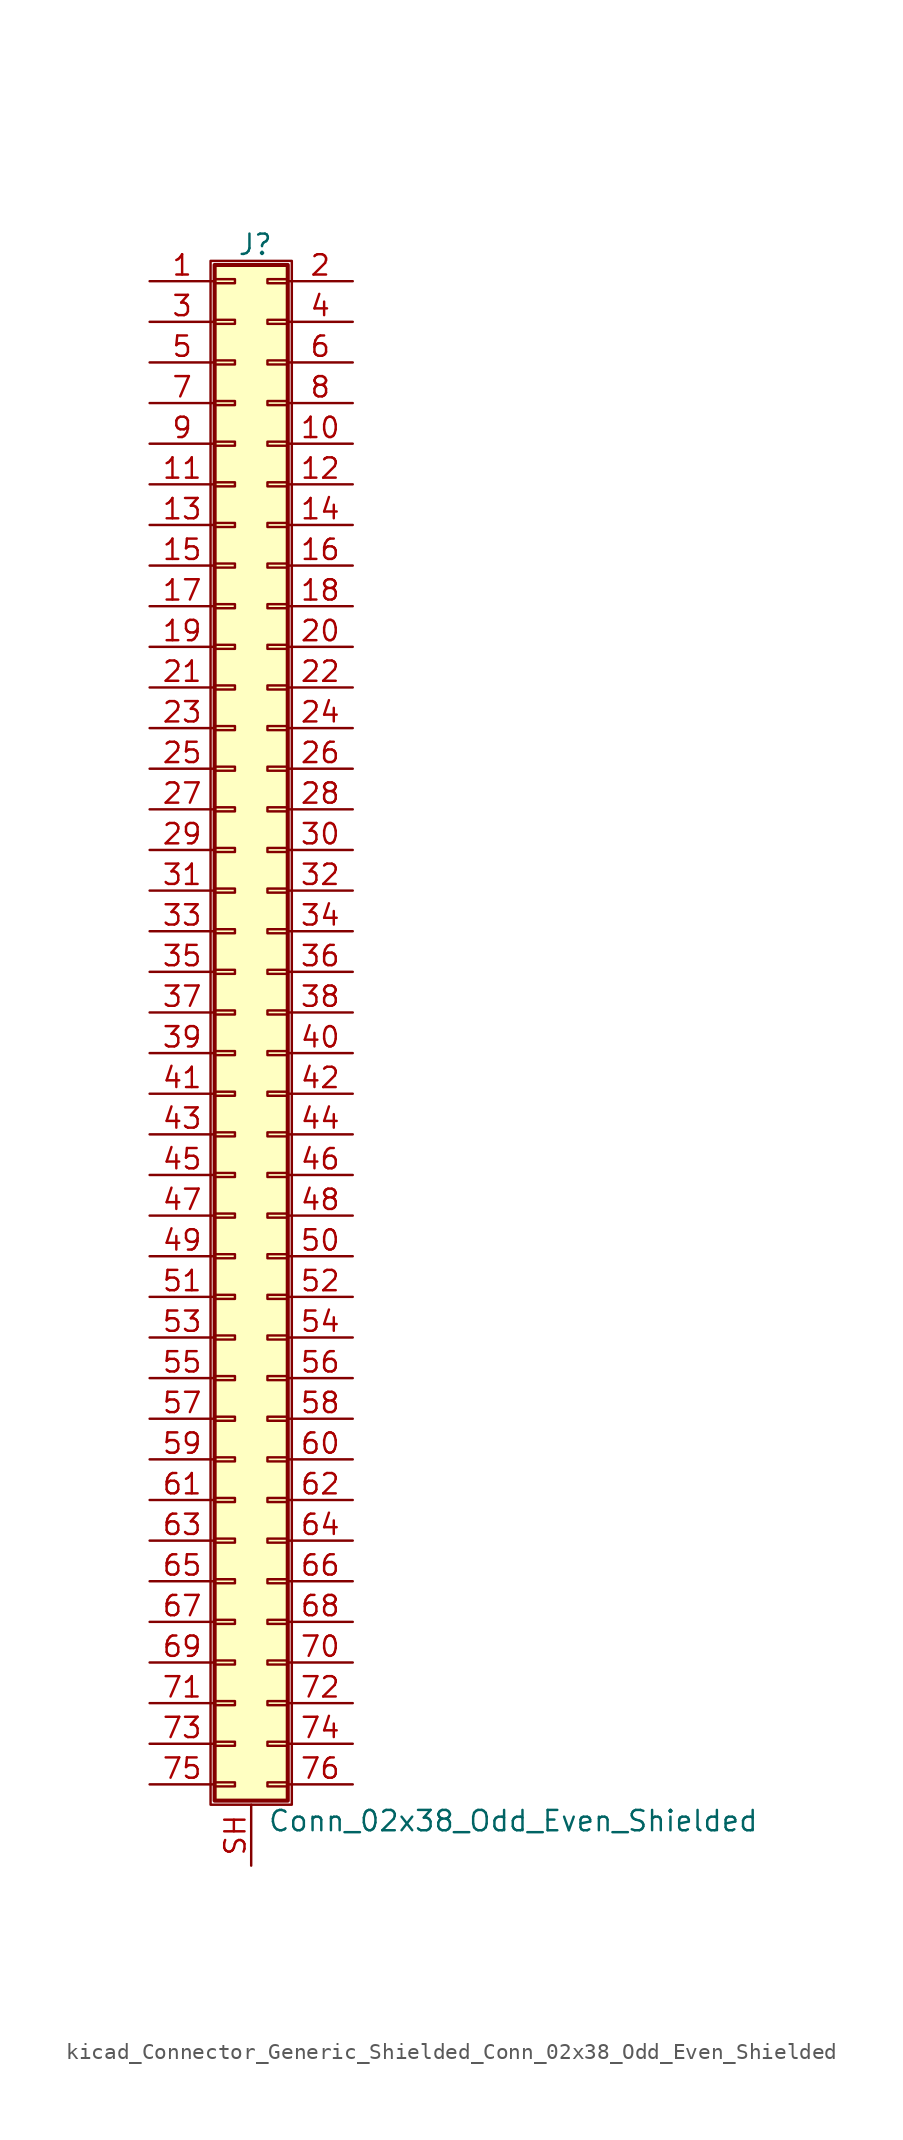
<source format=kicad_sym>
(kicad_symbol_lib
  (version 20220914)
  (generator kicad_symbol_editor)
  (symbol "kicad_Connector_Generic_Shielded_Conn_02x38_Odd_Even_Shielded"
    (pin_names
      (offset 1.016) hide)
    (property "Reference" "J"
      (at 1.524 48.006 0)
      (effects (font (size 1.27 1.27))))
    (property "Value" "Conn_02x38_Odd_Even_Shielded"
      (at 2.286 -50.546 0)
      (effects (font (size 1.27 1.27)) (justify left)))
    (symbol "kicad_Connector_Generic_Shielded_Conn_02x38_Odd_Even_Shielded_1_1"
      (rectangle (start -1.27 46.99) (end 3.81 -49.53) (stroke (width 0.152) (type default)) (fill (type none)))
      (rectangle (start -1.016 -48.133) (end 0.254 -48.387) (stroke (width 0.152) (type default)) (fill (type none)))
      (rectangle (start -1.016 -45.593) (end 0.254 -45.847) (stroke (width 0.152) (type default)) (fill (type none)))
      (rectangle (start -1.016 -43.053) (end 0.254 -43.307) (stroke (width 0.152) (type default)) (fill (type none)))
      (rectangle (start -1.016 -40.513) (end 0.254 -40.767) (stroke (width 0.152) (type default)) (fill (type none)))
      (rectangle (start -1.016 -37.973) (end 0.254 -38.227) (stroke (width 0.152) (type default)) (fill (type none)))
      (rectangle (start -1.016 -35.433) (end 0.254 -35.687) (stroke (width 0.152) (type default)) (fill (type none)))
      (rectangle (start -1.016 -32.893) (end 0.254 -33.147) (stroke (width 0.152) (type default)) (fill (type none)))
      (rectangle (start -1.016 -30.353) (end 0.254 -30.607) (stroke (width 0.152) (type default)) (fill (type none)))
      (rectangle (start -1.016 -27.813) (end 0.254 -28.067) (stroke (width 0.152) (type default)) (fill (type none)))
      (rectangle (start -1.016 -25.273) (end 0.254 -25.527) (stroke (width 0.152) (type default)) (fill (type none)))
      (rectangle (start -1.016 -22.733) (end 0.254 -22.987) (stroke (width 0.152) (type default)) (fill (type none)))
      (rectangle (start -1.016 -20.193) (end 0.254 -20.447) (stroke (width 0.152) (type default)) (fill (type none)))
      (rectangle (start -1.016 -17.653) (end 0.254 -17.907) (stroke (width 0.152) (type default)) (fill (type none)))
      (rectangle (start -1.016 -15.113) (end 0.254 -15.367) (stroke (width 0.152) (type default)) (fill (type none)))
      (rectangle (start -1.016 -12.573) (end 0.254 -12.827) (stroke (width 0.152) (type default)) (fill (type none)))
      (rectangle (start -1.016 -10.033) (end 0.254 -10.287) (stroke (width 0.152) (type default)) (fill (type none)))
      (rectangle (start -1.016 -7.493) (end 0.254 -7.747) (stroke (width 0.152) (type default)) (fill (type none)))
      (rectangle (start -1.016 -4.953) (end 0.254 -5.207) (stroke (width 0.152) (type default)) (fill (type none)))
      (rectangle (start -1.016 -2.413) (end 0.254 -2.667) (stroke (width 0.152) (type default)) (fill (type none)))
      (rectangle (start -1.016 0.127) (end 0.254 -0.127) (stroke (width 0.152) (type default)) (fill (type none)))
      (rectangle (start -1.016 2.667) (end 0.254 2.413) (stroke (width 0.152) (type default)) (fill (type none)))
      (rectangle (start -1.016 5.207) (end 0.254 4.953) (stroke (width 0.152) (type default)) (fill (type none)))
      (rectangle (start -1.016 7.747) (end 0.254 7.493) (stroke (width 0.152) (type default)) (fill (type none)))
      (rectangle (start -1.016 10.287) (end 0.254 10.033) (stroke (width 0.152) (type default)) (fill (type none)))
      (rectangle (start -1.016 12.827) (end 0.254 12.573) (stroke (width 0.152) (type default)) (fill (type none)))
      (rectangle (start -1.016 15.367) (end 0.254 15.113) (stroke (width 0.152) (type default)) (fill (type none)))
      (rectangle (start -1.016 17.907) (end 0.254 17.653) (stroke (width 0.152) (type default)) (fill (type none)))
      (rectangle (start -1.016 20.447) (end 0.254 20.193) (stroke (width 0.152) (type default)) (fill (type none)))
      (rectangle (start -1.016 22.987) (end 0.254 22.733) (stroke (width 0.152) (type default)) (fill (type none)))
      (rectangle (start -1.016 25.527) (end 0.254 25.273) (stroke (width 0.152) (type default)) (fill (type none)))
      (rectangle (start -1.016 28.067) (end 0.254 27.813) (stroke (width 0.152) (type default)) (fill (type none)))
      (rectangle (start -1.016 30.607) (end 0.254 30.353) (stroke (width 0.152) (type default)) (fill (type none)))
      (rectangle (start -1.016 33.147) (end 0.254 32.893) (stroke (width 0.152) (type default)) (fill (type none)))
      (rectangle (start -1.016 35.687) (end 0.254 35.433) (stroke (width 0.152) (type default)) (fill (type none)))
      (rectangle (start -1.016 38.227) (end 0.254 37.973) (stroke (width 0.152) (type default)) (fill (type none)))
      (rectangle (start -1.016 40.767) (end 0.254 40.513) (stroke (width 0.152) (type default)) (fill (type none)))
      (rectangle (start -1.016 43.307) (end 0.254 43.053) (stroke (width 0.152) (type default)) (fill (type none)))
      (rectangle (start -1.016 45.847) (end 0.254 45.593) (stroke (width 0.152) (type default)) (fill (type none)))
      (rectangle (start -1.016 46.736) (end 3.556 -49.276) (stroke (width 0.254) (type default)) (fill (type background)))
      (rectangle (start 3.556 -48.133) (end 2.286 -48.387) (stroke (width 0.152) (type default)) (fill (type none)))
      (rectangle (start 3.556 -45.593) (end 2.286 -45.847) (stroke (width 0.152) (type default)) (fill (type none)))
      (rectangle (start 3.556 -43.053) (end 2.286 -43.307) (stroke (width 0.152) (type default)) (fill (type none)))
      (rectangle (start 3.556 -40.513) (end 2.286 -40.767) (stroke (width 0.152) (type default)) (fill (type none)))
      (rectangle (start 3.556 -37.973) (end 2.286 -38.227) (stroke (width 0.152) (type default)) (fill (type none)))
      (rectangle (start 3.556 -35.433) (end 2.286 -35.687) (stroke (width 0.152) (type default)) (fill (type none)))
      (rectangle (start 3.556 -32.893) (end 2.286 -33.147) (stroke (width 0.152) (type default)) (fill (type none)))
      (rectangle (start 3.556 -30.353) (end 2.286 -30.607) (stroke (width 0.152) (type default)) (fill (type none)))
      (rectangle (start 3.556 -27.813) (end 2.286 -28.067) (stroke (width 0.152) (type default)) (fill (type none)))
      (rectangle (start 3.556 -25.273) (end 2.286 -25.527) (stroke (width 0.152) (type default)) (fill (type none)))
      (rectangle (start 3.556 -22.733) (end 2.286 -22.987) (stroke (width 0.152) (type default)) (fill (type none)))
      (rectangle (start 3.556 -20.193) (end 2.286 -20.447) (stroke (width 0.152) (type default)) (fill (type none)))
      (rectangle (start 3.556 -17.653) (end 2.286 -17.907) (stroke (width 0.152) (type default)) (fill (type none)))
      (rectangle (start 3.556 -15.113) (end 2.286 -15.367) (stroke (width 0.152) (type default)) (fill (type none)))
      (rectangle (start 3.556 -12.573) (end 2.286 -12.827) (stroke (width 0.152) (type default)) (fill (type none)))
      (rectangle (start 3.556 -10.033) (end 2.286 -10.287) (stroke (width 0.152) (type default)) (fill (type none)))
      (rectangle (start 3.556 -7.493) (end 2.286 -7.747) (stroke (width 0.152) (type default)) (fill (type none)))
      (rectangle (start 3.556 -4.953) (end 2.286 -5.207) (stroke (width 0.152) (type default)) (fill (type none)))
      (rectangle (start 3.556 -2.413) (end 2.286 -2.667) (stroke (width 0.152) (type default)) (fill (type none)))
      (rectangle (start 3.556 0.127) (end 2.286 -0.127) (stroke (width 0.152) (type default)) (fill (type none)))
      (rectangle (start 3.556 2.667) (end 2.286 2.413) (stroke (width 0.152) (type default)) (fill (type none)))
      (rectangle (start 3.556 5.207) (end 2.286 4.953) (stroke (width 0.152) (type default)) (fill (type none)))
      (rectangle (start 3.556 7.747) (end 2.286 7.493) (stroke (width 0.152) (type default)) (fill (type none)))
      (rectangle (start 3.556 10.287) (end 2.286 10.033) (stroke (width 0.152) (type default)) (fill (type none)))
      (rectangle (start 3.556 12.827) (end 2.286 12.573) (stroke (width 0.152) (type default)) (fill (type none)))
      (rectangle (start 3.556 15.367) (end 2.286 15.113) (stroke (width 0.152) (type default)) (fill (type none)))
      (rectangle (start 3.556 17.907) (end 2.286 17.653) (stroke (width 0.152) (type default)) (fill (type none)))
      (rectangle (start 3.556 20.447) (end 2.286 20.193) (stroke (width 0.152) (type default)) (fill (type none)))
      (rectangle (start 3.556 22.987) (end 2.286 22.733) (stroke (width 0.152) (type default)) (fill (type none)))
      (rectangle (start 3.556 25.527) (end 2.286 25.273) (stroke (width 0.152) (type default)) (fill (type none)))
      (rectangle (start 3.556 28.067) (end 2.286 27.813) (stroke (width 0.152) (type default)) (fill (type none)))
      (rectangle (start 3.556 30.607) (end 2.286 30.353) (stroke (width 0.152) (type default)) (fill (type none)))
      (rectangle (start 3.556 33.147) (end 2.286 32.893) (stroke (width 0.152) (type default)) (fill (type none)))
      (rectangle (start 3.556 35.687) (end 2.286 35.433) (stroke (width 0.152) (type default)) (fill (type none)))
      (rectangle (start 3.556 38.227) (end 2.286 37.973) (stroke (width 0.152) (type default)) (fill (type none)))
      (rectangle (start 3.556 40.767) (end 2.286 40.513) (stroke (width 0.152) (type default)) (fill (type none)))
      (rectangle (start 3.556 43.307) (end 2.286 43.053) (stroke (width 0.152) (type default)) (fill (type none)))
      (rectangle (start 3.556 45.847) (end 2.286 45.593) (stroke (width 0.152) (type default)) (fill (type none)))
      (pin passive line (at -5.08 45.72 0) (length 4.064) (name "Pin_1" (effects (font (size 1.27 1.27)))) (number "1" (effects (font (size 1.27 1.27)))))
      (pin passive line (at 7.62 35.56 180) (length 4.064) (name "Pin_10" (effects (font (size 1.27 1.27)))) (number "10" (effects (font (size 1.27 1.27)))))
      (pin passive line (at -5.08 33.02 0) (length 4.064) (name "Pin_11" (effects (font (size 1.27 1.27)))) (number "11" (effects (font (size 1.27 1.27)))))
      (pin passive line (at 7.62 33.02 180) (length 4.064) (name "Pin_12" (effects (font (size 1.27 1.27)))) (number "12" (effects (font (size 1.27 1.27)))))
      (pin passive line (at -5.08 30.48 0) (length 4.064) (name "Pin_13" (effects (font (size 1.27 1.27)))) (number "13" (effects (font (size 1.27 1.27)))))
      (pin passive line (at 7.62 30.48 180) (length 4.064) (name "Pin_14" (effects (font (size 1.27 1.27)))) (number "14" (effects (font (size 1.27 1.27)))))
      (pin passive line (at -5.08 27.94 0) (length 4.064) (name "Pin_15" (effects (font (size 1.27 1.27)))) (number "15" (effects (font (size 1.27 1.27)))))
      (pin passive line (at 7.62 27.94 180) (length 4.064) (name "Pin_16" (effects (font (size 1.27 1.27)))) (number "16" (effects (font (size 1.27 1.27)))))
      (pin passive line (at -5.08 25.4 0) (length 4.064) (name "Pin_17" (effects (font (size 1.27 1.27)))) (number "17" (effects (font (size 1.27 1.27)))))
      (pin passive line (at 7.62 25.4 180) (length 4.064) (name "Pin_18" (effects (font (size 1.27 1.27)))) (number "18" (effects (font (size 1.27 1.27)))))
      (pin passive line (at -5.08 22.86 0) (length 4.064) (name "Pin_19" (effects (font (size 1.27 1.27)))) (number "19" (effects (font (size 1.27 1.27)))))
      (pin passive line (at 7.62 45.72 180) (length 4.064) (name "Pin_2" (effects (font (size 1.27 1.27)))) (number "2" (effects (font (size 1.27 1.27)))))
      (pin passive line (at 7.62 22.86 180) (length 4.064) (name "Pin_20" (effects (font (size 1.27 1.27)))) (number "20" (effects (font (size 1.27 1.27)))))
      (pin passive line (at -5.08 20.32 0) (length 4.064) (name "Pin_21" (effects (font (size 1.27 1.27)))) (number "21" (effects (font (size 1.27 1.27)))))
      (pin passive line (at 7.62 20.32 180) (length 4.064) (name "Pin_22" (effects (font (size 1.27 1.27)))) (number "22" (effects (font (size 1.27 1.27)))))
      (pin passive line (at -5.08 17.78 0) (length 4.064) (name "Pin_23" (effects (font (size 1.27 1.27)))) (number "23" (effects (font (size 1.27 1.27)))))
      (pin passive line (at 7.62 17.78 180) (length 4.064) (name "Pin_24" (effects (font (size 1.27 1.27)))) (number "24" (effects (font (size 1.27 1.27)))))
      (pin passive line (at -5.08 15.24 0) (length 4.064) (name "Pin_25" (effects (font (size 1.27 1.27)))) (number "25" (effects (font (size 1.27 1.27)))))
      (pin passive line (at 7.62 15.24 180) (length 4.064) (name "Pin_26" (effects (font (size 1.27 1.27)))) (number "26" (effects (font (size 1.27 1.27)))))
      (pin passive line (at -5.08 12.7 0) (length 4.064) (name "Pin_27" (effects (font (size 1.27 1.27)))) (number "27" (effects (font (size 1.27 1.27)))))
      (pin passive line (at 7.62 12.7 180) (length 4.064) (name "Pin_28" (effects (font (size 1.27 1.27)))) (number "28" (effects (font (size 1.27 1.27)))))
      (pin passive line (at -5.08 10.16 0) (length 4.064) (name "Pin_29" (effects (font (size 1.27 1.27)))) (number "29" (effects (font (size 1.27 1.27)))))
      (pin passive line (at -5.08 43.18 0) (length 4.064) (name "Pin_3" (effects (font (size 1.27 1.27)))) (number "3" (effects (font (size 1.27 1.27)))))
      (pin passive line (at 7.62 10.16 180) (length 4.064) (name "Pin_30" (effects (font (size 1.27 1.27)))) (number "30" (effects (font (size 1.27 1.27)))))
      (pin passive line (at -5.08 7.62 0) (length 4.064) (name "Pin_31" (effects (font (size 1.27 1.27)))) (number "31" (effects (font (size 1.27 1.27)))))
      (pin passive line (at 7.62 7.62 180) (length 4.064) (name "Pin_32" (effects (font (size 1.27 1.27)))) (number "32" (effects (font (size 1.27 1.27)))))
      (pin passive line (at -5.08 5.08 0) (length 4.064) (name "Pin_33" (effects (font (size 1.27 1.27)))) (number "33" (effects (font (size 1.27 1.27)))))
      (pin passive line (at 7.62 5.08 180) (length 4.064) (name "Pin_34" (effects (font (size 1.27 1.27)))) (number "34" (effects (font (size 1.27 1.27)))))
      (pin passive line (at -5.08 2.54 0) (length 4.064) (name "Pin_35" (effects (font (size 1.27 1.27)))) (number "35" (effects (font (size 1.27 1.27)))))
      (pin passive line (at 7.62 2.54 180) (length 4.064) (name "Pin_36" (effects (font (size 1.27 1.27)))) (number "36" (effects (font (size 1.27 1.27)))))
      (pin passive line (at -5.08 0 0) (length 4.064) (name "Pin_37" (effects (font (size 1.27 1.27)))) (number "37" (effects (font (size 1.27 1.27)))))
      (pin passive line (at 7.62 0 180) (length 4.064) (name "Pin_38" (effects (font (size 1.27 1.27)))) (number "38" (effects (font (size 1.27 1.27)))))
      (pin passive line (at -5.08 -2.54 0) (length 4.064) (name "Pin_39" (effects (font (size 1.27 1.27)))) (number "39" (effects (font (size 1.27 1.27)))))
      (pin passive line (at 7.62 43.18 180) (length 4.064) (name "Pin_4" (effects (font (size 1.27 1.27)))) (number "4" (effects (font (size 1.27 1.27)))))
      (pin passive line (at 7.62 -2.54 180) (length 4.064) (name "Pin_40" (effects (font (size 1.27 1.27)))) (number "40" (effects (font (size 1.27 1.27)))))
      (pin passive line (at -5.08 -5.08 0) (length 4.064) (name "Pin_41" (effects (font (size 1.27 1.27)))) (number "41" (effects (font (size 1.27 1.27)))))
      (pin passive line (at 7.62 -5.08 180) (length 4.064) (name "Pin_42" (effects (font (size 1.27 1.27)))) (number "42" (effects (font (size 1.27 1.27)))))
      (pin passive line (at -5.08 -7.62 0) (length 4.064) (name "Pin_43" (effects (font (size 1.27 1.27)))) (number "43" (effects (font (size 1.27 1.27)))))
      (pin passive line (at 7.62 -7.62 180) (length 4.064) (name "Pin_44" (effects (font (size 1.27 1.27)))) (number "44" (effects (font (size 1.27 1.27)))))
      (pin passive line (at -5.08 -10.16 0) (length 4.064) (name "Pin_45" (effects (font (size 1.27 1.27)))) (number "45" (effects (font (size 1.27 1.27)))))
      (pin passive line (at 7.62 -10.16 180) (length 4.064) (name "Pin_46" (effects (font (size 1.27 1.27)))) (number "46" (effects (font (size 1.27 1.27)))))
      (pin passive line (at -5.08 -12.7 0) (length 4.064) (name "Pin_47" (effects (font (size 1.27 1.27)))) (number "47" (effects (font (size 1.27 1.27)))))
      (pin passive line (at 7.62 -12.7 180) (length 4.064) (name "Pin_48" (effects (font (size 1.27 1.27)))) (number "48" (effects (font (size 1.27 1.27)))))
      (pin passive line (at -5.08 -15.24 0) (length 4.064) (name "Pin_49" (effects (font (size 1.27 1.27)))) (number "49" (effects (font (size 1.27 1.27)))))
      (pin passive line (at -5.08 40.64 0) (length 4.064) (name "Pin_5" (effects (font (size 1.27 1.27)))) (number "5" (effects (font (size 1.27 1.27)))))
      (pin passive line (at 7.62 -15.24 180) (length 4.064) (name "Pin_50" (effects (font (size 1.27 1.27)))) (number "50" (effects (font (size 1.27 1.27)))))
      (pin passive line (at -5.08 -17.78 0) (length 4.064) (name "Pin_51" (effects (font (size 1.27 1.27)))) (number "51" (effects (font (size 1.27 1.27)))))
      (pin passive line (at 7.62 -17.78 180) (length 4.064) (name "Pin_52" (effects (font (size 1.27 1.27)))) (number "52" (effects (font (size 1.27 1.27)))))
      (pin passive line (at -5.08 -20.32 0) (length 4.064) (name "Pin_53" (effects (font (size 1.27 1.27)))) (number "53" (effects (font (size 1.27 1.27)))))
      (pin passive line (at 7.62 -20.32 180) (length 4.064) (name "Pin_54" (effects (font (size 1.27 1.27)))) (number "54" (effects (font (size 1.27 1.27)))))
      (pin passive line (at -5.08 -22.86 0) (length 4.064) (name "Pin_55" (effects (font (size 1.27 1.27)))) (number "55" (effects (font (size 1.27 1.27)))))
      (pin passive line (at 7.62 -22.86 180) (length 4.064) (name "Pin_56" (effects (font (size 1.27 1.27)))) (number "56" (effects (font (size 1.27 1.27)))))
      (pin passive line (at -5.08 -25.4 0) (length 4.064) (name "Pin_57" (effects (font (size 1.27 1.27)))) (number "57" (effects (font (size 1.27 1.27)))))
      (pin passive line (at 7.62 -25.4 180) (length 4.064) (name "Pin_58" (effects (font (size 1.27 1.27)))) (number "58" (effects (font (size 1.27 1.27)))))
      (pin passive line (at -5.08 -27.94 0) (length 4.064) (name "Pin_59" (effects (font (size 1.27 1.27)))) (number "59" (effects (font (size 1.27 1.27)))))
      (pin passive line (at 7.62 40.64 180) (length 4.064) (name "Pin_6" (effects (font (size 1.27 1.27)))) (number "6" (effects (font (size 1.27 1.27)))))
      (pin passive line (at 7.62 -27.94 180) (length 4.064) (name "Pin_60" (effects (font (size 1.27 1.27)))) (number "60" (effects (font (size 1.27 1.27)))))
      (pin passive line (at -5.08 -30.48 0) (length 4.064) (name "Pin_61" (effects (font (size 1.27 1.27)))) (number "61" (effects (font (size 1.27 1.27)))))
      (pin passive line (at 7.62 -30.48 180) (length 4.064) (name "Pin_62" (effects (font (size 1.27 1.27)))) (number "62" (effects (font (size 1.27 1.27)))))
      (pin passive line (at -5.08 -33.02 0) (length 4.064) (name "Pin_63" (effects (font (size 1.27 1.27)))) (number "63" (effects (font (size 1.27 1.27)))))
      (pin passive line (at 7.62 -33.02 180) (length 4.064) (name "Pin_64" (effects (font (size 1.27 1.27)))) (number "64" (effects (font (size 1.27 1.27)))))
      (pin passive line (at -5.08 -35.56 0) (length 4.064) (name "Pin_65" (effects (font (size 1.27 1.27)))) (number "65" (effects (font (size 1.27 1.27)))))
      (pin passive line (at 7.62 -35.56 180) (length 4.064) (name "Pin_66" (effects (font (size 1.27 1.27)))) (number "66" (effects (font (size 1.27 1.27)))))
      (pin passive line (at -5.08 -38.1 0) (length 4.064) (name "Pin_67" (effects (font (size 1.27 1.27)))) (number "67" (effects (font (size 1.27 1.27)))))
      (pin passive line (at 7.62 -38.1 180) (length 4.064) (name "Pin_68" (effects (font (size 1.27 1.27)))) (number "68" (effects (font (size 1.27 1.27)))))
      (pin passive line (at -5.08 -40.64 0) (length 4.064) (name "Pin_69" (effects (font (size 1.27 1.27)))) (number "69" (effects (font (size 1.27 1.27)))))
      (pin passive line (at -5.08 38.1 0) (length 4.064) (name "Pin_7" (effects (font (size 1.27 1.27)))) (number "7" (effects (font (size 1.27 1.27)))))
      (pin passive line (at 7.62 -40.64 180) (length 4.064) (name "Pin_70" (effects (font (size 1.27 1.27)))) (number "70" (effects (font (size 1.27 1.27)))))
      (pin passive line (at -5.08 -43.18 0) (length 4.064) (name "Pin_71" (effects (font (size 1.27 1.27)))) (number "71" (effects (font (size 1.27 1.27)))))
      (pin passive line (at 7.62 -43.18 180) (length 4.064) (name "Pin_72" (effects (font (size 1.27 1.27)))) (number "72" (effects (font (size 1.27 1.27)))))
      (pin passive line (at -5.08 -45.72 0) (length 4.064) (name "Pin_73" (effects (font (size 1.27 1.27)))) (number "73" (effects (font (size 1.27 1.27)))))
      (pin passive line (at 7.62 -45.72 180) (length 4.064) (name "Pin_74" (effects (font (size 1.27 1.27)))) (number "74" (effects (font (size 1.27 1.27)))))
      (pin passive line (at -5.08 -48.26 0) (length 4.064) (name "Pin_75" (effects (font (size 1.27 1.27)))) (number "75" (effects (font (size 1.27 1.27)))))
      (pin passive line (at 7.62 -48.26 180) (length 4.064) (name "Pin_76" (effects (font (size 1.27 1.27)))) (number "76" (effects (font (size 1.27 1.27)))))
      (pin passive line (at 7.62 38.1 180) (length 4.064) (name "Pin_8" (effects (font (size 1.27 1.27)))) (number "8" (effects (font (size 1.27 1.27)))))
      (pin passive line (at -5.08 35.56 0) (length 4.064) (name "Pin_9" (effects (font (size 1.27 1.27)))) (number "9" (effects (font (size 1.27 1.27)))))
      (pin passive line (at 1.27 -53.34 90) (length 3.81) (name "Shield" (effects (font (size 1.27 1.27)))) (number "SH" (effects (font (size 1.27 1.27))))))))
</source>
